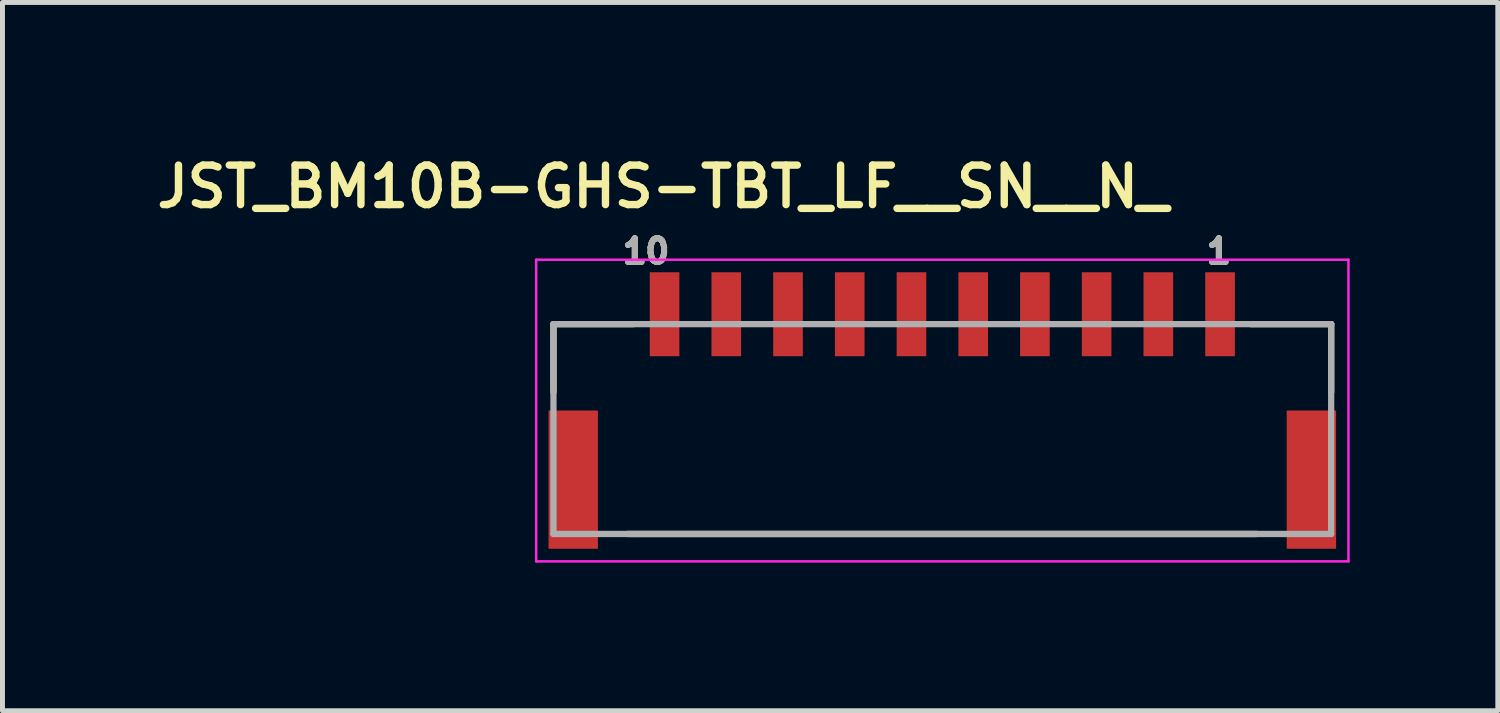
<source format=kicad_pcb>
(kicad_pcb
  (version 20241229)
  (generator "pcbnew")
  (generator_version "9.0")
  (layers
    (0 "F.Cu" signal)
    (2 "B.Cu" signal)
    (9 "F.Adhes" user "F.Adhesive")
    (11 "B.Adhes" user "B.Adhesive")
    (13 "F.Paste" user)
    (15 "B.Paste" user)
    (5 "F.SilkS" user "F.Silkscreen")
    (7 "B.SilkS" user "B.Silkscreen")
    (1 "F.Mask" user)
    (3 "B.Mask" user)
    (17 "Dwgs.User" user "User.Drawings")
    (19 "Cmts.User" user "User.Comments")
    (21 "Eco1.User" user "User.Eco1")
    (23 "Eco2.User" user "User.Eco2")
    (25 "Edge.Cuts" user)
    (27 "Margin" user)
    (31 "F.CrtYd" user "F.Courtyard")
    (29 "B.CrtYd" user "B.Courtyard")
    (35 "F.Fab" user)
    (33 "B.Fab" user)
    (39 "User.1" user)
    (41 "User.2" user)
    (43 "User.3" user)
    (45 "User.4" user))
  (footprint "JST_BM10B-GHS-TBT_LF__SN__N_"
    (layer "F.Cu")
    (at 16.034 5.639)
    (property "Reference" "JST_BM10B-GHS-TBT_LF__SN__N_" (at -5.66 -4.908 0) (layer "F.SilkS") (effects (font (size 0.8 0.8) (thickness 0.15))))
    (attr smd)
    (fp_line (start -7.875 -2.125) (end -7.875 -0.75) (stroke (width 0.127) (type solid)) (layer "F.SilkS"))
    (fp_line (start -6.37 2.125) (end 6.37 2.125) (stroke (width 0.127) (type solid)) (layer "F.SilkS"))
    (fp_line (start -6.25 -2.125) (end -7.875 -2.125) (stroke (width 0.127) (type solid)) (layer "F.SilkS"))
    (fp_line (start 7.875 -2.125) (end 6.25 -2.125) (stroke (width 0.127) (type solid)) (layer "F.SilkS"))
    (fp_line (start 7.875 -0.75) (end 7.875 -2.125) (stroke (width 0.127) (type solid)) (layer "F.SilkS"))
    (fp_line (start -8.225 -3.43) (end -8.225 2.68) (stroke (width 0.05) (type solid)) (layer "F.CrtYd"))
    (fp_line (start -8.225 2.68) (end 8.225 2.68) (stroke (width 0.05) (type solid)) (layer "F.CrtYd"))
    (fp_line (start 8.225 -3.43) (end -8.225 -3.43) (stroke (width 0.05) (type solid)) (layer "F.CrtYd"))
    (fp_line (start 8.225 2.68) (end 8.225 -3.43) (stroke (width 0.05) (type solid)) (layer "F.CrtYd"))
    (fp_line (start -7.875 -2.125) (end -7.875 2.125) (stroke (width 0.127) (type solid)) (layer "F.Fab"))
    (fp_line (start -7.875 2.125) (end 7.875 2.125) (stroke (width 0.127) (type solid)) (layer "F.Fab"))
    (fp_line (start 7.875 -2.125) (end -7.875 -2.125) (stroke (width 0.127) (type solid)) (layer "F.Fab"))
    (fp_line (start 7.875 2.125) (end 7.875 -2.125) (stroke (width 0.127) (type solid)) (layer "F.Fab"))
    (fp_text user "1" (at 5.6 -3.6 0) (layer "F.SilkS") (effects (font (size 0.48 0.48) (thickness 0.15))))
    (fp_text user "10" (at -6 -3.6 0) (layer "F.SilkS") (effects (font (size 0.48 0.48) (thickness 0.15))))
    (fp_text user "10" (at -6 -3.6 0) (layer "F.Fab") (effects (font (size 0.48 0.48) (thickness 0.15))))
    (fp_text user "1" (at 5.6 -3.6 0) (layer "F.Fab") (effects (font (size 0.48 0.48) (thickness 0.15))))
    (pad "1" smd rect (at 5.625 -2.325) (size 0.6 1.7) (layers "F.Cu" "F.Mask" "F.Paste"))
    (pad "2" smd rect (at 4.375 -2.325) (size 0.6 1.7) (layers "F.Cu" "F.Mask" "F.Paste"))
    (pad "3" smd rect (at 3.125 -2.325) (size 0.6 1.7) (layers "F.Cu" "F.Mask" "F.Paste"))
    (pad "4" smd rect (at 1.875 -2.325) (size 0.6 1.7) (layers "F.Cu" "F.Mask" "F.Paste"))
    (pad "5" smd rect (at 0.625 -2.325) (size 0.6 1.7) (layers "F.Cu" "F.Mask" "F.Paste"))
    (pad "6" smd rect (at -0.625 -2.325) (size 0.6 1.7) (layers "F.Cu" "F.Mask" "F.Paste"))
    (pad "7" smd rect (at -1.875 -2.325) (size 0.6 1.7) (layers "F.Cu" "F.Mask" "F.Paste"))
    (pad "8" smd rect (at -3.125 -2.325) (size 0.6 1.7) (layers "F.Cu" "F.Mask" "F.Paste"))
    (pad "9" smd rect (at -4.375 -2.325) (size 0.6 1.7) (layers "F.Cu" "F.Mask" "F.Paste"))
    (pad "10" smd rect (at -5.625 -2.325) (size 0.6 1.7) (layers "F.Cu" "F.Mask" "F.Paste"))
    (pad "S1" smd rect (at -7.475 1.025) (size 1 2.8) (layers "F.Cu" "F.Mask" "F.Paste"))
    (pad "S2" smd rect (at 7.475 1.025) (size 1 2.8) (layers "F.Cu" "F.Mask" "F.Paste")))
  (gr_rect
    (start -3 -3)
    (end 27.284 11.344)
    (stroke (width 0.1) (type default))
    (fill no)
    (layer "Edge.Cuts")))
</source>
